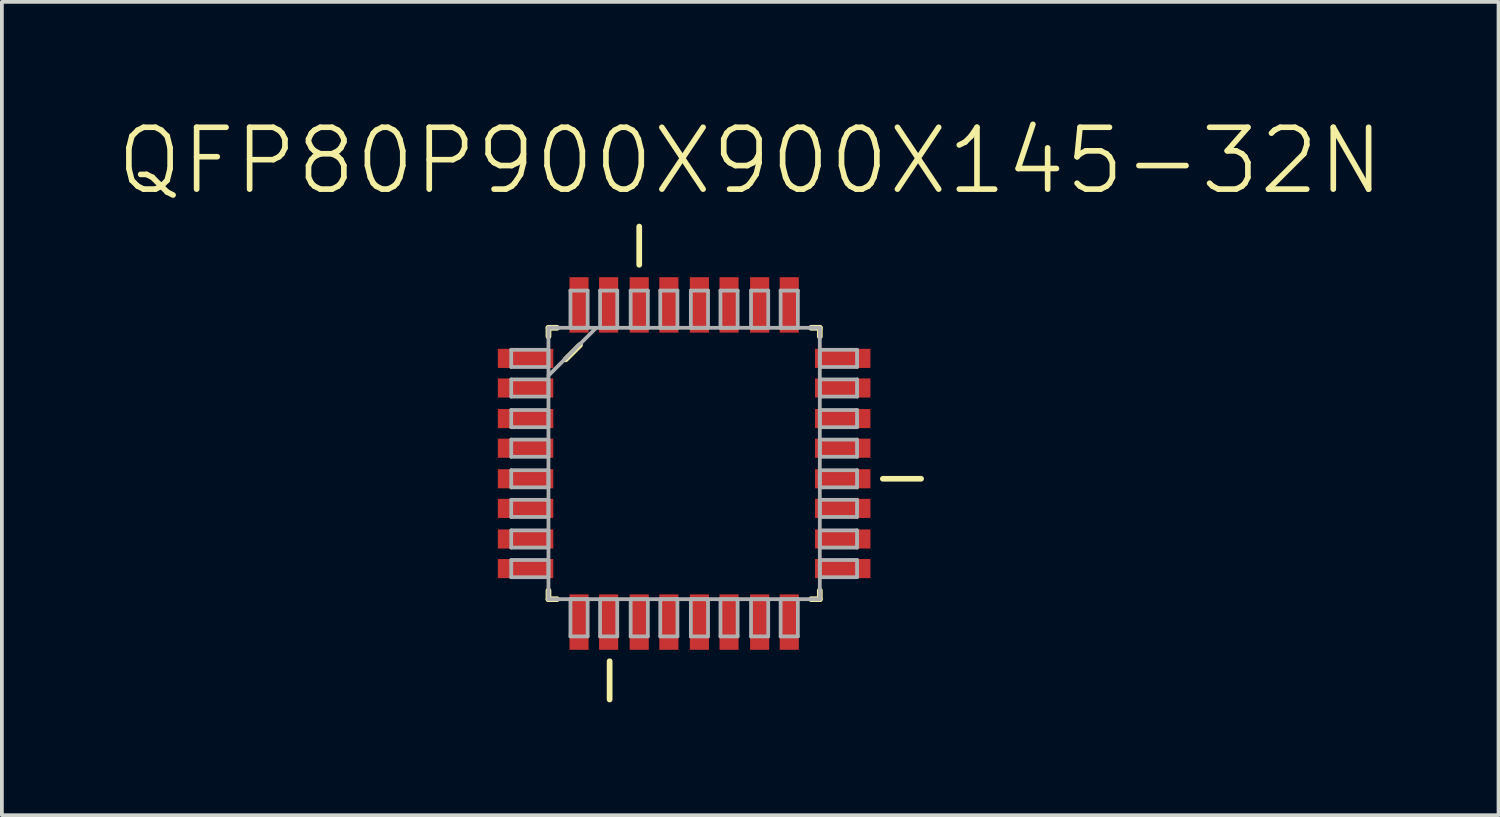
<source format=kicad_pcb>
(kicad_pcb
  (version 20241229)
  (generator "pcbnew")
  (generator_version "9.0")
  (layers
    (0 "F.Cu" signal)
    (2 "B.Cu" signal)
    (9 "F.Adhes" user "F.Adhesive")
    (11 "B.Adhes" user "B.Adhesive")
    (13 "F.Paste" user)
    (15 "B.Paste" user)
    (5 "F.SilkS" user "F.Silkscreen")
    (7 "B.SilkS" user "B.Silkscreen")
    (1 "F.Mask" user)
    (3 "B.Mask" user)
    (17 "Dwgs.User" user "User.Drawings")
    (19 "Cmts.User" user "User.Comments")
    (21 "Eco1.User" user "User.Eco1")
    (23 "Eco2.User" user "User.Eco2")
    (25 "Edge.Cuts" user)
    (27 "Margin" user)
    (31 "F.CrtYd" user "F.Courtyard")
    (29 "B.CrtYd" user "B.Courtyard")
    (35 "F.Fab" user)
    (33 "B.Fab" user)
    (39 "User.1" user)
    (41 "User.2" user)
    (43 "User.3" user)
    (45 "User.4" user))
  (footprint "QFP80P900X900X145-32N"
    (layer "F.Cu")
    (at 15.138 9.272)
    (property "Reference" "QFP80P900X900X145-32N" (at 1.757 -8.047 0) (layer "F.SilkS") (effects (font (size 1.644 1.644) (thickness 0.15))))
    (attr smd)
    (fp_line (start -3.607 -3.607) (end -3.607 -3.378) (stroke (width 0.152) (type solid)) (layer "F.SilkS"))
    (fp_line (start -3.607 3.378) (end -3.607 3.607) (stroke (width 0.152) (type solid)) (layer "F.SilkS"))
    (fp_line (start -3.607 3.607) (end -3.378 3.607) (stroke (width 0.152) (type solid)) (layer "F.SilkS"))
    (fp_line (start -3.378 -3.607) (end -3.607 -3.607) (stroke (width 0.152) (type solid)) (layer "F.SilkS"))
    (fp_line (start -3.15 -2.769) (end -2.769 -3.15) (stroke (width 0.152) (type solid)) (layer "F.SilkS"))
    (fp_line (start -1.981 6.274) (end -1.981 5.258) (stroke (width 0.152) (type solid)) (layer "F.SilkS"))
    (fp_line (start -1.194 -5.283) (end -1.194 -6.299) (stroke (width 0.152) (type solid)) (layer "F.SilkS"))
    (fp_line (start 3.378 3.607) (end 3.607 3.607) (stroke (width 0.152) (type solid)) (layer "F.SilkS"))
    (fp_line (start 3.607 -3.607) (end 3.378 -3.607) (stroke (width 0.152) (type solid)) (layer "F.SilkS"))
    (fp_line (start 3.607 -3.378) (end 3.607 -3.607) (stroke (width 0.152) (type solid)) (layer "F.SilkS"))
    (fp_line (start 3.607 3.607) (end 3.607 3.378) (stroke (width 0.152) (type solid)) (layer "F.SilkS"))
    (fp_line (start 5.283 0.406) (end 6.299 0.406) (stroke (width 0.152) (type solid)) (layer "F.SilkS"))
    (fp_line (start -4.597 -3.023) (end -4.597 -2.565) (stroke (width 0.1) (type solid)) (layer "F.Fab"))
    (fp_line (start -4.597 -2.565) (end -3.607 -2.565) (stroke (width 0.1) (type solid)) (layer "F.Fab"))
    (fp_line (start -4.597 -2.235) (end -4.597 -1.778) (stroke (width 0.1) (type solid)) (layer "F.Fab"))
    (fp_line (start -4.597 -1.778) (end -3.607 -1.778) (stroke (width 0.1) (type solid)) (layer "F.Fab"))
    (fp_line (start -4.597 -1.422) (end -4.597 -0.965) (stroke (width 0.1) (type solid)) (layer "F.Fab"))
    (fp_line (start -4.597 -0.965) (end -3.607 -0.965) (stroke (width 0.1) (type solid)) (layer "F.Fab"))
    (fp_line (start -4.597 -0.635) (end -4.597 -0.178) (stroke (width 0.1) (type solid)) (layer "F.Fab"))
    (fp_line (start -4.597 -0.178) (end -3.607 -0.178) (stroke (width 0.1) (type solid)) (layer "F.Fab"))
    (fp_line (start -4.597 0.178) (end -4.597 0.635) (stroke (width 0.1) (type solid)) (layer "F.Fab"))
    (fp_line (start -4.597 0.635) (end -3.607 0.635) (stroke (width 0.1) (type solid)) (layer "F.Fab"))
    (fp_line (start -4.597 0.965) (end -4.597 1.422) (stroke (width 0.1) (type solid)) (layer "F.Fab"))
    (fp_line (start -4.597 1.422) (end -3.607 1.422) (stroke (width 0.1) (type solid)) (layer "F.Fab"))
    (fp_line (start -4.597 1.778) (end -4.597 2.235) (stroke (width 0.1) (type solid)) (layer "F.Fab"))
    (fp_line (start -4.597 2.235) (end -3.607 2.235) (stroke (width 0.1) (type solid)) (layer "F.Fab"))
    (fp_line (start -4.597 2.565) (end -4.597 3.023) (stroke (width 0.1) (type solid)) (layer "F.Fab"))
    (fp_line (start -4.597 3.023) (end -3.607 3.023) (stroke (width 0.1) (type solid)) (layer "F.Fab"))
    (fp_line (start -3.607 -3.607) (end -3.607 3.607) (stroke (width 0.1) (type solid)) (layer "F.Fab"))
    (fp_line (start -3.607 -3.023) (end -4.597 -3.023) (stroke (width 0.1) (type solid)) (layer "F.Fab"))
    (fp_line (start -3.607 -2.565) (end -3.607 -3.023) (stroke (width 0.1) (type solid)) (layer "F.Fab"))
    (fp_line (start -3.607 -2.337) (end -2.337 -3.607) (stroke (width 0.1) (type solid)) (layer "F.Fab"))
    (fp_line (start -3.607 -2.235) (end -4.597 -2.235) (stroke (width 0.1) (type solid)) (layer "F.Fab"))
    (fp_line (start -3.607 -1.778) (end -3.607 -2.235) (stroke (width 0.1) (type solid)) (layer "F.Fab"))
    (fp_line (start -3.607 -1.422) (end -4.597 -1.422) (stroke (width 0.1) (type solid)) (layer "F.Fab"))
    (fp_line (start -3.607 -0.965) (end -3.607 -1.422) (stroke (width 0.1) (type solid)) (layer "F.Fab"))
    (fp_line (start -3.607 -0.635) (end -4.597 -0.635) (stroke (width 0.1) (type solid)) (layer "F.Fab"))
    (fp_line (start -3.607 -0.178) (end -3.607 -0.635) (stroke (width 0.1) (type solid)) (layer "F.Fab"))
    (fp_line (start -3.607 0.178) (end -4.597 0.178) (stroke (width 0.1) (type solid)) (layer "F.Fab"))
    (fp_line (start -3.607 0.635) (end -3.607 0.178) (stroke (width 0.1) (type solid)) (layer "F.Fab"))
    (fp_line (start -3.607 0.965) (end -4.597 0.965) (stroke (width 0.1) (type solid)) (layer "F.Fab"))
    (fp_line (start -3.607 1.422) (end -3.607 0.965) (stroke (width 0.1) (type solid)) (layer "F.Fab"))
    (fp_line (start -3.607 1.778) (end -4.597 1.778) (stroke (width 0.1) (type solid)) (layer "F.Fab"))
    (fp_line (start -3.607 2.235) (end -3.607 1.778) (stroke (width 0.1) (type solid)) (layer "F.Fab"))
    (fp_line (start -3.607 2.565) (end -4.597 2.565) (stroke (width 0.1) (type solid)) (layer "F.Fab"))
    (fp_line (start -3.607 3.023) (end -3.607 2.565) (stroke (width 0.1) (type solid)) (layer "F.Fab"))
    (fp_line (start -3.607 3.607) (end 3.607 3.607) (stroke (width 0.1) (type solid)) (layer "F.Fab"))
    (fp_line (start -3.023 -4.597) (end -3.023 -3.607) (stroke (width 0.1) (type solid)) (layer "F.Fab"))
    (fp_line (start -3.023 -3.607) (end -2.565 -3.607) (stroke (width 0.1) (type solid)) (layer "F.Fab"))
    (fp_line (start -3.023 3.607) (end -3.023 4.597) (stroke (width 0.1) (type solid)) (layer "F.Fab"))
    (fp_line (start -3.023 4.597) (end -2.565 4.597) (stroke (width 0.1) (type solid)) (layer "F.Fab"))
    (fp_line (start -2.565 -4.597) (end -3.023 -4.597) (stroke (width 0.1) (type solid)) (layer "F.Fab"))
    (fp_line (start -2.565 -3.607) (end -2.565 -4.597) (stroke (width 0.1) (type solid)) (layer "F.Fab"))
    (fp_line (start -2.565 3.607) (end -3.023 3.607) (stroke (width 0.1) (type solid)) (layer "F.Fab"))
    (fp_line (start -2.565 4.597) (end -2.565 3.607) (stroke (width 0.1) (type solid)) (layer "F.Fab"))
    (fp_line (start -2.235 -4.597) (end -2.235 -3.607) (stroke (width 0.1) (type solid)) (layer "F.Fab"))
    (fp_line (start -2.235 -3.607) (end -1.778 -3.607) (stroke (width 0.1) (type solid)) (layer "F.Fab"))
    (fp_line (start -2.235 3.607) (end -2.235 4.597) (stroke (width 0.1) (type solid)) (layer "F.Fab"))
    (fp_line (start -2.235 4.597) (end -1.778 4.597) (stroke (width 0.1) (type solid)) (layer "F.Fab"))
    (fp_line (start -1.778 -4.597) (end -2.235 -4.597) (stroke (width 0.1) (type solid)) (layer "F.Fab"))
    (fp_line (start -1.778 -3.607) (end -1.778 -4.597) (stroke (width 0.1) (type solid)) (layer "F.Fab"))
    (fp_line (start -1.778 3.607) (end -2.235 3.607) (stroke (width 0.1) (type solid)) (layer "F.Fab"))
    (fp_line (start -1.778 4.597) (end -1.778 3.607) (stroke (width 0.1) (type solid)) (layer "F.Fab"))
    (fp_line (start -1.422 -4.597) (end -1.422 -3.607) (stroke (width 0.1) (type solid)) (layer "F.Fab"))
    (fp_line (start -1.422 -3.607) (end -0.965 -3.607) (stroke (width 0.1) (type solid)) (layer "F.Fab"))
    (fp_line (start -1.422 3.607) (end -1.422 4.597) (stroke (width 0.1) (type solid)) (layer "F.Fab"))
    (fp_line (start -1.422 4.597) (end -0.965 4.597) (stroke (width 0.1) (type solid)) (layer "F.Fab"))
    (fp_line (start -0.965 -4.597) (end -1.422 -4.597) (stroke (width 0.1) (type solid)) (layer "F.Fab"))
    (fp_line (start -0.965 -3.607) (end -0.965 -4.597) (stroke (width 0.1) (type solid)) (layer "F.Fab"))
    (fp_line (start -0.965 3.607) (end -1.422 3.607) (stroke (width 0.1) (type solid)) (layer "F.Fab"))
    (fp_line (start -0.965 4.597) (end -0.965 3.607) (stroke (width 0.1) (type solid)) (layer "F.Fab"))
    (fp_line (start -0.635 -4.597) (end -0.635 -3.607) (stroke (width 0.1) (type solid)) (layer "F.Fab"))
    (fp_line (start -0.635 -3.607) (end -0.178 -3.607) (stroke (width 0.1) (type solid)) (layer "F.Fab"))
    (fp_line (start -0.635 3.607) (end -0.635 4.597) (stroke (width 0.1) (type solid)) (layer "F.Fab"))
    (fp_line (start -0.635 4.597) (end -0.178 4.597) (stroke (width 0.1) (type solid)) (layer "F.Fab"))
    (fp_line (start -0.178 -4.597) (end -0.635 -4.597) (stroke (width 0.1) (type solid)) (layer "F.Fab"))
    (fp_line (start -0.178 -3.607) (end -0.178 -4.597) (stroke (width 0.1) (type solid)) (layer "F.Fab"))
    (fp_line (start -0.178 3.607) (end -0.635 3.607) (stroke (width 0.1) (type solid)) (layer "F.Fab"))
    (fp_line (start -0.178 4.597) (end -0.178 3.607) (stroke (width 0.1) (type solid)) (layer "F.Fab"))
    (fp_line (start 0.178 -4.597) (end 0.178 -3.607) (stroke (width 0.1) (type solid)) (layer "F.Fab"))
    (fp_line (start 0.178 -3.607) (end 0.635 -3.607) (stroke (width 0.1) (type solid)) (layer "F.Fab"))
    (fp_line (start 0.178 3.607) (end 0.178 4.597) (stroke (width 0.1) (type solid)) (layer "F.Fab"))
    (fp_line (start 0.178 4.597) (end 0.635 4.597) (stroke (width 0.1) (type solid)) (layer "F.Fab"))
    (fp_line (start 0.635 -4.597) (end 0.178 -4.597) (stroke (width 0.1) (type solid)) (layer "F.Fab"))
    (fp_line (start 0.635 -3.607) (end 0.635 -4.597) (stroke (width 0.1) (type solid)) (layer "F.Fab"))
    (fp_line (start 0.635 3.607) (end 0.178 3.607) (stroke (width 0.1) (type solid)) (layer "F.Fab"))
    (fp_line (start 0.635 4.597) (end 0.635 3.607) (stroke (width 0.1) (type solid)) (layer "F.Fab"))
    (fp_line (start 0.965 -4.597) (end 0.965 -3.607) (stroke (width 0.1) (type solid)) (layer "F.Fab"))
    (fp_line (start 0.965 -3.607) (end 1.422 -3.607) (stroke (width 0.1) (type solid)) (layer "F.Fab"))
    (fp_line (start 0.965 3.607) (end 0.965 4.597) (stroke (width 0.1) (type solid)) (layer "F.Fab"))
    (fp_line (start 0.965 4.597) (end 1.422 4.597) (stroke (width 0.1) (type solid)) (layer "F.Fab"))
    (fp_line (start 1.422 -4.597) (end 0.965 -4.597) (stroke (width 0.1) (type solid)) (layer "F.Fab"))
    (fp_line (start 1.422 -3.607) (end 1.422 -4.597) (stroke (width 0.1) (type solid)) (layer "F.Fab"))
    (fp_line (start 1.422 3.607) (end 0.965 3.607) (stroke (width 0.1) (type solid)) (layer "F.Fab"))
    (fp_line (start 1.422 4.597) (end 1.422 3.607) (stroke (width 0.1) (type solid)) (layer "F.Fab"))
    (fp_line (start 1.778 -4.597) (end 1.778 -3.607) (stroke (width 0.1) (type solid)) (layer "F.Fab"))
    (fp_line (start 1.778 -3.607) (end 2.235 -3.607) (stroke (width 0.1) (type solid)) (layer "F.Fab"))
    (fp_line (start 1.778 3.607) (end 1.778 4.597) (stroke (width 0.1) (type solid)) (layer "F.Fab"))
    (fp_line (start 1.778 4.597) (end 2.235 4.597) (stroke (width 0.1) (type solid)) (layer "F.Fab"))
    (fp_line (start 2.235 -4.597) (end 1.778 -4.597) (stroke (width 0.1) (type solid)) (layer "F.Fab"))
    (fp_line (start 2.235 -3.607) (end 2.235 -4.597) (stroke (width 0.1) (type solid)) (layer "F.Fab"))
    (fp_line (start 2.235 3.607) (end 1.778 3.607) (stroke (width 0.1) (type solid)) (layer "F.Fab"))
    (fp_line (start 2.235 4.597) (end 2.235 3.607) (stroke (width 0.1) (type solid)) (layer "F.Fab"))
    (fp_line (start 2.565 -4.597) (end 2.565 -3.607) (stroke (width 0.1) (type solid)) (layer "F.Fab"))
    (fp_line (start 2.565 -3.607) (end 3.023 -3.607) (stroke (width 0.1) (type solid)) (layer "F.Fab"))
    (fp_line (start 2.565 3.607) (end 2.565 4.597) (stroke (width 0.1) (type solid)) (layer "F.Fab"))
    (fp_line (start 2.565 4.597) (end 3.023 4.597) (stroke (width 0.1) (type solid)) (layer "F.Fab"))
    (fp_line (start 3.023 -4.597) (end 2.565 -4.597) (stroke (width 0.1) (type solid)) (layer "F.Fab"))
    (fp_line (start 3.023 -3.607) (end 3.023 -4.597) (stroke (width 0.1) (type solid)) (layer "F.Fab"))
    (fp_line (start 3.023 3.607) (end 2.565 3.607) (stroke (width 0.1) (type solid)) (layer "F.Fab"))
    (fp_line (start 3.023 4.597) (end 3.023 3.607) (stroke (width 0.1) (type solid)) (layer "F.Fab"))
    (fp_line (start 3.607 -3.607) (end -3.607 -3.607) (stroke (width 0.1) (type solid)) (layer "F.Fab"))
    (fp_line (start 3.607 -3.023) (end 3.607 -2.565) (stroke (width 0.1) (type solid)) (layer "F.Fab"))
    (fp_line (start 3.607 -2.565) (end 4.597 -2.565) (stroke (width 0.1) (type solid)) (layer "F.Fab"))
    (fp_line (start 3.607 -2.235) (end 3.607 -1.778) (stroke (width 0.1) (type solid)) (layer "F.Fab"))
    (fp_line (start 3.607 -1.778) (end 4.597 -1.778) (stroke (width 0.1) (type solid)) (layer "F.Fab"))
    (fp_line (start 3.607 -1.422) (end 3.607 -0.965) (stroke (width 0.1) (type solid)) (layer "F.Fab"))
    (fp_line (start 3.607 -0.965) (end 4.597 -0.965) (stroke (width 0.1) (type solid)) (layer "F.Fab"))
    (fp_line (start 3.607 -0.635) (end 3.607 -0.178) (stroke (width 0.1) (type solid)) (layer "F.Fab"))
    (fp_line (start 3.607 -0.178) (end 4.597 -0.178) (stroke (width 0.1) (type solid)) (layer "F.Fab"))
    (fp_line (start 3.607 0.178) (end 3.607 0.635) (stroke (width 0.1) (type solid)) (layer "F.Fab"))
    (fp_line (start 3.607 0.635) (end 4.597 0.635) (stroke (width 0.1) (type solid)) (layer "F.Fab"))
    (fp_line (start 3.607 0.965) (end 3.607 1.422) (stroke (width 0.1) (type solid)) (layer "F.Fab"))
    (fp_line (start 3.607 1.422) (end 4.597 1.422) (stroke (width 0.1) (type solid)) (layer "F.Fab"))
    (fp_line (start 3.607 1.778) (end 3.607 2.235) (stroke (width 0.1) (type solid)) (layer "F.Fab"))
    (fp_line (start 3.607 2.235) (end 4.597 2.235) (stroke (width 0.1) (type solid)) (layer "F.Fab"))
    (fp_line (start 3.607 2.565) (end 3.607 3.023) (stroke (width 0.1) (type solid)) (layer "F.Fab"))
    (fp_line (start 3.607 3.023) (end 4.597 3.023) (stroke (width 0.1) (type solid)) (layer "F.Fab"))
    (fp_line (start 3.607 3.607) (end 3.607 -3.607) (stroke (width 0.1) (type solid)) (layer "F.Fab"))
    (fp_line (start 4.597 -3.023) (end 3.607 -3.023) (stroke (width 0.1) (type solid)) (layer "F.Fab"))
    (fp_line (start 4.597 -2.565) (end 4.597 -3.023) (stroke (width 0.1) (type solid)) (layer "F.Fab"))
    (fp_line (start 4.597 -2.235) (end 3.607 -2.235) (stroke (width 0.1) (type solid)) (layer "F.Fab"))
    (fp_line (start 4.597 -1.778) (end 4.597 -2.235) (stroke (width 0.1) (type solid)) (layer "F.Fab"))
    (fp_line (start 4.597 -1.422) (end 3.607 -1.422) (stroke (width 0.1) (type solid)) (layer "F.Fab"))
    (fp_line (start 4.597 -0.965) (end 4.597 -1.422) (stroke (width 0.1) (type solid)) (layer "F.Fab"))
    (fp_line (start 4.597 -0.635) (end 3.607 -0.635) (stroke (width 0.1) (type solid)) (layer "F.Fab"))
    (fp_line (start 4.597 -0.178) (end 4.597 -0.635) (stroke (width 0.1) (type solid)) (layer "F.Fab"))
    (fp_line (start 4.597 0.178) (end 3.607 0.178) (stroke (width 0.1) (type solid)) (layer "F.Fab"))
    (fp_line (start 4.597 0.635) (end 4.597 0.178) (stroke (width 0.1) (type solid)) (layer "F.Fab"))
    (fp_line (start 4.597 0.965) (end 3.607 0.965) (stroke (width 0.1) (type solid)) (layer "F.Fab"))
    (fp_line (start 4.597 1.422) (end 4.597 0.965) (stroke (width 0.1) (type solid)) (layer "F.Fab"))
    (fp_line (start 4.597 1.778) (end 3.607 1.778) (stroke (width 0.1) (type solid)) (layer "F.Fab"))
    (fp_line (start 4.597 2.235) (end 4.597 1.778) (stroke (width 0.1) (type solid)) (layer "F.Fab"))
    (fp_line (start 4.597 2.565) (end 3.607 2.565) (stroke (width 0.1) (type solid)) (layer "F.Fab"))
    (fp_line (start 4.597 3.023) (end 4.597 2.565) (stroke (width 0.1) (type solid)) (layer "F.Fab"))
    (pad "1" smd rect (at -4.216 -2.794) (size 1.473 0.508) (layers "F.Cu" "F.Mask" "F.Paste"))
    (pad "2" smd rect (at -4.216 -2.007) (size 1.473 0.508) (layers "F.Cu" "F.Mask" "F.Paste"))
    (pad "3" smd rect (at -4.216 -1.194) (size 1.473 0.508) (layers "F.Cu" "F.Mask" "F.Paste"))
    (pad "4" smd rect (at -4.216 -0.406) (size 1.473 0.508) (layers "F.Cu" "F.Mask" "F.Paste"))
    (pad "5" smd rect (at -4.216 0.406) (size 1.473 0.508) (layers "F.Cu" "F.Mask" "F.Paste"))
    (pad "6" smd rect (at -4.216 1.194) (size 1.473 0.508) (layers "F.Cu" "F.Mask" "F.Paste"))
    (pad "7" smd rect (at -4.216 2.007) (size 1.473 0.508) (layers "F.Cu" "F.Mask" "F.Paste"))
    (pad "8" smd rect (at -4.216 2.794) (size 1.473 0.508) (layers "F.Cu" "F.Mask" "F.Paste"))
    (pad "9" smd rect (at -2.794 4.216) (size 0.508 1.473) (layers "F.Cu" "F.Mask" "F.Paste"))
    (pad "10" smd rect (at -2.007 4.216) (size 0.508 1.473) (layers "F.Cu" "F.Mask" "F.Paste"))
    (pad "11" smd rect (at -1.194 4.216) (size 0.508 1.473) (layers "F.Cu" "F.Mask" "F.Paste"))
    (pad "12" smd rect (at -0.406 4.216) (size 0.508 1.473) (layers "F.Cu" "F.Mask" "F.Paste"))
    (pad "13" smd rect (at 0.406 4.216) (size 0.508 1.473) (layers "F.Cu" "F.Mask" "F.Paste"))
    (pad "14" smd rect (at 1.194 4.216) (size 0.508 1.473) (layers "F.Cu" "F.Mask" "F.Paste"))
    (pad "15" smd rect (at 2.007 4.216) (size 0.508 1.473) (layers "F.Cu" "F.Mask" "F.Paste"))
    (pad "16" smd rect (at 2.794 4.216) (size 0.508 1.473) (layers "F.Cu" "F.Mask" "F.Paste"))
    (pad "17" smd rect (at 4.216 2.794) (size 1.473 0.508) (layers "F.Cu" "F.Mask" "F.Paste"))
    (pad "18" smd rect (at 4.216 2.007) (size 1.473 0.508) (layers "F.Cu" "F.Mask" "F.Paste"))
    (pad "19" smd rect (at 4.216 1.194) (size 1.473 0.508) (layers "F.Cu" "F.Mask" "F.Paste"))
    (pad "20" smd rect (at 4.216 0.406) (size 1.473 0.508) (layers "F.Cu" "F.Mask" "F.Paste"))
    (pad "21" smd rect (at 4.216 -0.406) (size 1.473 0.508) (layers "F.Cu" "F.Mask" "F.Paste"))
    (pad "22" smd rect (at 4.216 -1.194) (size 1.473 0.508) (layers "F.Cu" "F.Mask" "F.Paste"))
    (pad "23" smd rect (at 4.216 -2.007) (size 1.473 0.508) (layers "F.Cu" "F.Mask" "F.Paste"))
    (pad "24" smd rect (at 4.216 -2.794) (size 1.473 0.508) (layers "F.Cu" "F.Mask" "F.Paste"))
    (pad "25" smd rect (at 2.794 -4.216) (size 0.508 1.473) (layers "F.Cu" "F.Mask" "F.Paste"))
    (pad "26" smd rect (at 2.007 -4.216) (size 0.508 1.473) (layers "F.Cu" "F.Mask" "F.Paste"))
    (pad "27" smd rect (at 1.194 -4.216) (size 0.508 1.473) (layers "F.Cu" "F.Mask" "F.Paste"))
    (pad "28" smd rect (at 0.406 -4.216) (size 0.508 1.473) (layers "F.Cu" "F.Mask" "F.Paste"))
    (pad "29" smd rect (at -0.406 -4.216) (size 0.508 1.473) (layers "F.Cu" "F.Mask" "F.Paste"))
    (pad "30" smd rect (at -1.194 -4.216) (size 0.508 1.473) (layers "F.Cu" "F.Mask" "F.Paste"))
    (pad "31" smd rect (at -2.007 -4.216) (size 0.508 1.473) (layers "F.Cu" "F.Mask" "F.Paste"))
    (pad "32" smd rect (at -2.794 -4.216) (size 0.508 1.473) (layers "F.Cu" "F.Mask" "F.Paste")))
  (gr_rect
    (start -3 -3)
    (end 36.789 18.622)
    (stroke (width 0.1) (type default))
    (fill no)
    (layer "Edge.Cuts")))
</source>
